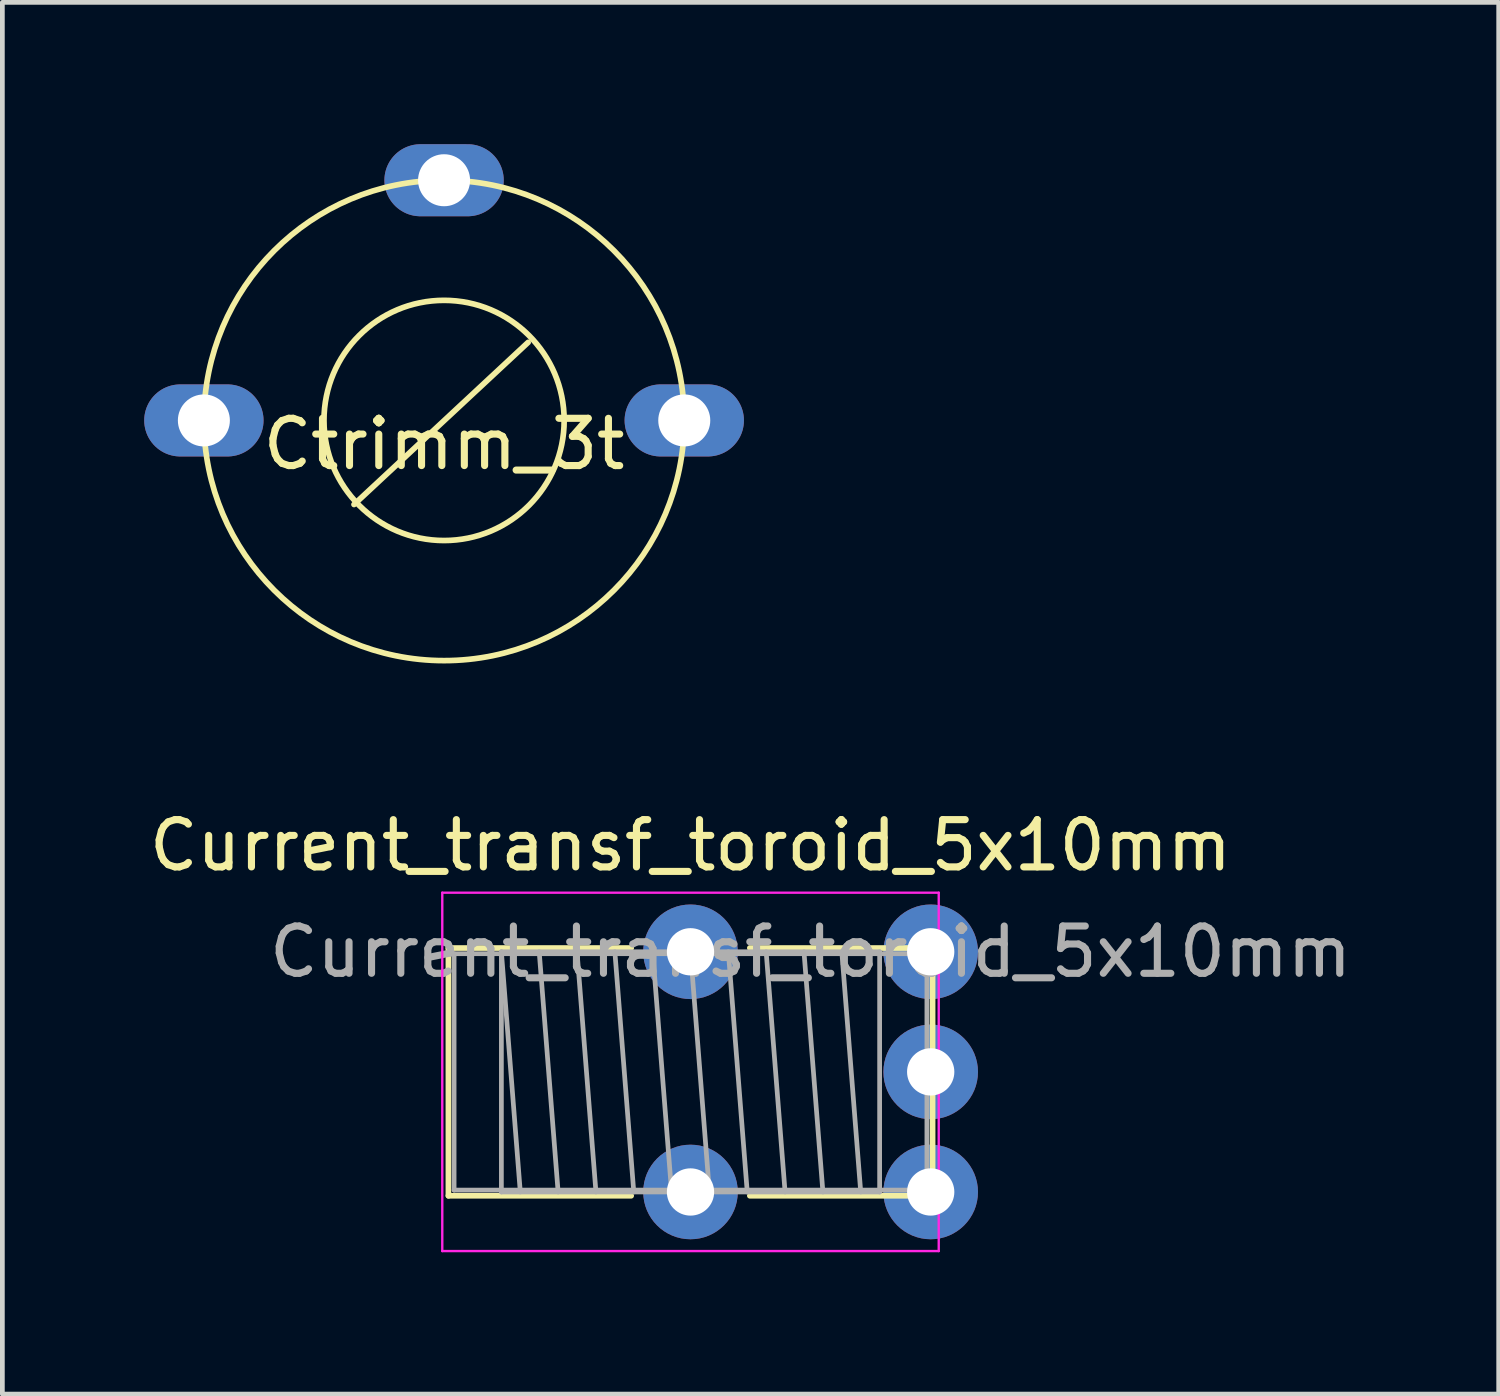
<source format=kicad_pcb>
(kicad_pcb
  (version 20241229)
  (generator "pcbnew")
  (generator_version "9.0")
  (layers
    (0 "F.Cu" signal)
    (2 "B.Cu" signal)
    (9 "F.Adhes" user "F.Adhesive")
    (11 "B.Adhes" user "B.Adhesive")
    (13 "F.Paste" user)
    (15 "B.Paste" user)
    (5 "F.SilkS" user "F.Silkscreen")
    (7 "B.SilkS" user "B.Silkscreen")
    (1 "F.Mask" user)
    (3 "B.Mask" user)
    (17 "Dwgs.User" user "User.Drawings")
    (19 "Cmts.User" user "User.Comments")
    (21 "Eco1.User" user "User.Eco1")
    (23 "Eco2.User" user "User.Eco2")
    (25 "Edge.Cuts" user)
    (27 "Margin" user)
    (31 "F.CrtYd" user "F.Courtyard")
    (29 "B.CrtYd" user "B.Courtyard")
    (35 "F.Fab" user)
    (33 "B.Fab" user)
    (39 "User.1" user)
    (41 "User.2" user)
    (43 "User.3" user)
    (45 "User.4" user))
  (footprint "Ctrimm_3t"
    (layer "F.Cu")
    (at 6.342 5.842)
    (property "Reference" "Ctrimm_3t" (at 0 0.5 0) (layer "F.SilkS") (effects (font (size 1 1) (thickness 0.15))))
    (attr through_hole)
    (fp_line (start -1.905 1.778) (end 1.778 -1.651) (stroke (width 0.12) (type solid)) (layer "F.SilkS"))
    (fp_circle (center 0 0) (end -5.08 0) (stroke (width 0.12) (type solid)) (fill no) (layer "F.SilkS"))
    (fp_circle (center 0 0) (end -2.54 0) (stroke (width 0.12) (type solid)) (fill no) (layer "F.SilkS"))
    (pad "1" thru_hole oval (at -5.08 0) (size 2.524 1.524) (drill 1.1) (layers "*.Cu" "*.Mask"))
    (pad "1" thru_hole oval (at 5.08 0) (size 2.524 1.524) (drill 1.1) (layers "*.Cu" "*.Mask"))
    (pad "2" thru_hole oval (at 0 -5.08) (size 2.524 1.524) (drill 1.1) (layers "*.Cu" "*.Mask")))
  (footprint "Current_transf_toroid_5x10mm"
    (layer "F.Cu")
    (at 11.554 17.08)
    (property "Reference" "Current_transf_toroid_5x10mm" (at 0 -2.25 0) (layer "F.SilkS") (effects (font (size 1 1) (thickness 0.15))))
    (attr through_hole)
    (fp_line (start -5.12 -0.08) (end -5.12 5.16) (stroke (width 0.12) (type solid)) (layer "F.SilkS"))
    (fp_line (start -5.12 -0.08) (end -1.255 -0.08) (stroke (width 0.12) (type solid)) (layer "F.SilkS"))
    (fp_line (start -5.12 5.16) (end -1.255 5.16) (stroke (width 0.12) (type solid)) (layer "F.SilkS"))
    (fp_line (start 1.255 -0.08) (end 5.12 -0.08) (stroke (width 0.12) (type solid)) (layer "F.SilkS"))
    (fp_line (start 1.255 5.16) (end 5.12 5.16) (stroke (width 0.12) (type solid)) (layer "F.SilkS"))
    (fp_line (start 5.12 -0.08) (end 5.12 5.16) (stroke (width 0.12) (type solid)) (layer "F.SilkS"))
    (fp_line (start -5.25 -1.25) (end -5.25 6.33) (stroke (width 0.05) (type solid)) (layer "F.CrtYd"))
    (fp_line (start -5.25 6.33) (end 5.25 6.33) (stroke (width 0.05) (type solid)) (layer "F.CrtYd"))
    (fp_line (start 5.25 -1.25) (end -5.25 -1.25) (stroke (width 0.05) (type solid)) (layer "F.CrtYd"))
    (fp_line (start 5.25 6.33) (end 5.25 -1.25) (stroke (width 0.05) (type solid)) (layer "F.CrtYd"))
    (fp_line (start -5 0.04) (end -5 5.04) (stroke (width 0.1) (type solid)) (layer "F.Fab"))
    (fp_line (start -5 5.04) (end 5 5.04) (stroke (width 0.1) (type solid)) (layer "F.Fab"))
    (fp_line (start -4 0) (end -4 5.08) (stroke (width 0.1) (type solid)) (layer "F.Fab"))
    (fp_line (start -4 0) (end -3.6 5.08) (stroke (width 0.1) (type solid)) (layer "F.Fab"))
    (fp_line (start -4 5.08) (end 4 5.08) (stroke (width 0.1) (type solid)) (layer "F.Fab"))
    (fp_line (start -3.2 0) (end -2.8 5.08) (stroke (width 0.1) (type solid)) (layer "F.Fab"))
    (fp_line (start -2.4 0) (end -2 5.08) (stroke (width 0.1) (type solid)) (layer "F.Fab"))
    (fp_line (start -1.6 0) (end -1.2 5.08) (stroke (width 0.1) (type solid)) (layer "F.Fab"))
    (fp_line (start -0.8 0) (end -0.4 5.08) (stroke (width 0.1) (type solid)) (layer "F.Fab"))
    (fp_line (start 0 0) (end 0.4 5.08) (stroke (width 0.1) (type solid)) (layer "F.Fab"))
    (fp_line (start 0.8 0) (end 1.2 5.08) (stroke (width 0.1) (type solid)) (layer "F.Fab"))
    (fp_line (start 1.6 0) (end 2 5.08) (stroke (width 0.1) (type solid)) (layer "F.Fab"))
    (fp_line (start 2.4 0) (end 2.8 5.08) (stroke (width 0.1) (type solid)) (layer "F.Fab"))
    (fp_line (start 3.2 0) (end 3.6 5.08) (stroke (width 0.1) (type solid)) (layer "F.Fab"))
    (fp_line (start 4 0) (end -4 0) (stroke (width 0.1) (type solid)) (layer "F.Fab"))
    (fp_line (start 4 5.08) (end 4 0) (stroke (width 0.1) (type solid)) (layer "F.Fab"))
    (fp_line (start 5 0.04) (end -5 0.04) (stroke (width 0.1) (type solid)) (layer "F.Fab"))
    (fp_line (start 5 5.04) (end 5 0.04) (stroke (width 0.1) (type solid)) (layer "F.Fab"))
    (fp_text user "${REFERENCE}" (at 2.54 0 0) (layer "F.Fab") (effects (font (size 1 1) (thickness 0.15))))
    (pad "1" thru_hole circle (at 0 0) (size 2 2) (drill 1) (layers "*.Cu" "*.Mask"))
    (pad "2" thru_hole circle (at 0 5.08) (size 2 2) (drill 1) (layers "*.Cu" "*.Mask"))
    (pad "3" thru_hole circle (at 5.08 0) (size 2 2) (drill 1) (layers "*.Cu" "*.Mask"))
    (pad "4" thru_hole circle (at 5.08 2.54) (size 2 2) (drill 1) (layers "*.Cu" "*.Mask"))
    (pad "5" thru_hole circle (at 5.08 5.08) (size 2 2) (drill 1) (layers "*.Cu" "*.Mask")))
  (gr_rect
    (start -3 -3)
    (end 28.647 26.435)
    (stroke (width 0.1) (type default))
    (fill no)
    (layer "Edge.Cuts")))
</source>
